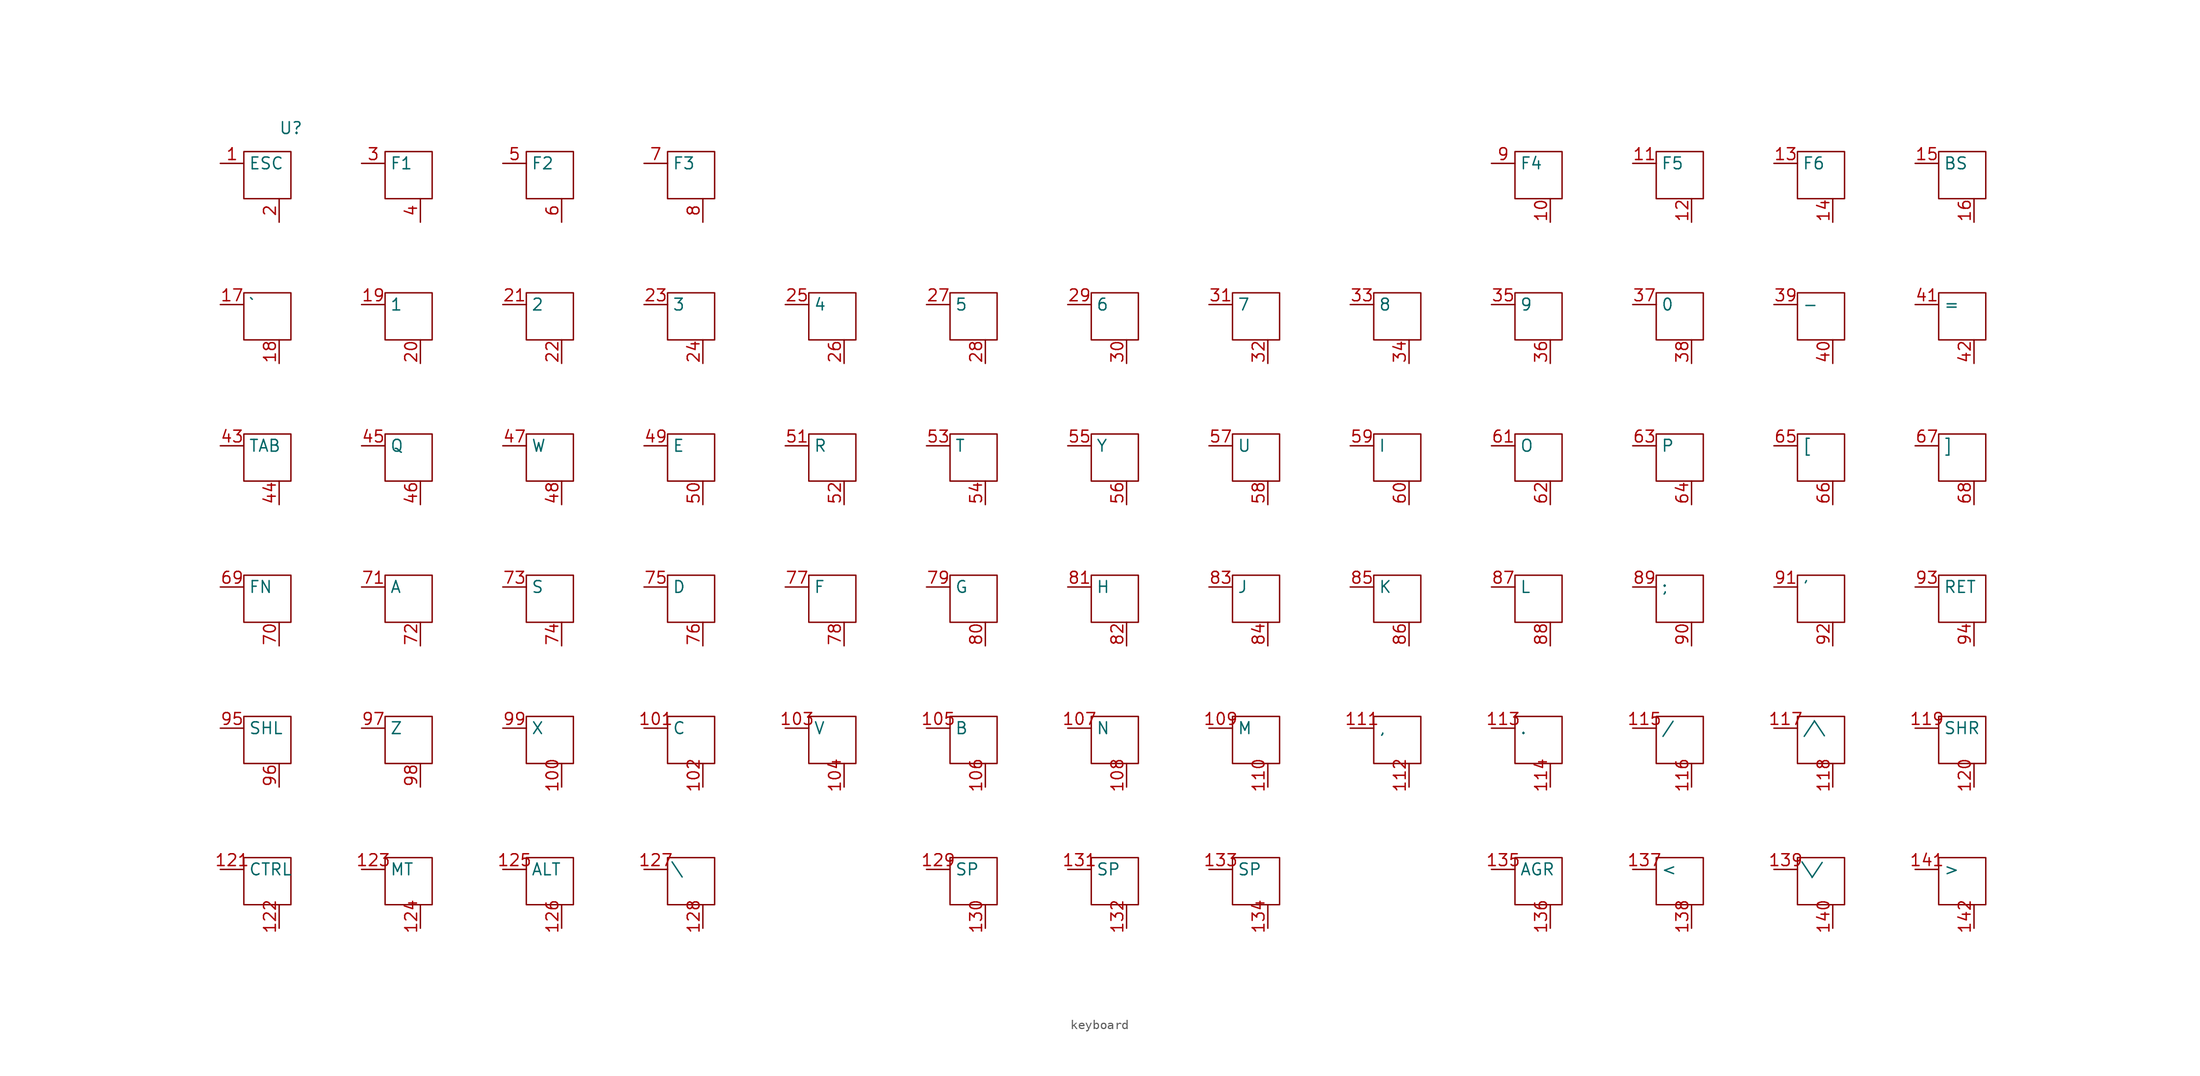
<source format=kicad_sym>
(kicad_symbol_lib
  (version 20231120)
  (generator "kicad_symbol_editor")
  (generator_version "8.0")
  (symbol "keyboard"
    (property "Reference" "U"
      (at 2.54 5.08 0)
      (effects (font (size 1.27 1.27))))
    (property "Value" ""
      (at 2.54 5.08 0)
      (effects (font (size 1.27 1.27))))
    (symbol "keyboard_0_1"
      (rectangle (start -2.54 -73.66) (end 2.54 -78.74) (stroke (width 0) (type default)) (fill (type none)))
      (rectangle (start -2.54 -58.42) (end 2.54 -63.5) (stroke (width 0) (type default)) (fill (type none)))
      (rectangle (start -2.54 -43.18) (end 2.54 -48.26) (stroke (width 0) (type default)) (fill (type none)))
      (rectangle (start -2.54 -27.94) (end 2.54 -33.02) (stroke (width 0) (type default)) (fill (type none)))
      (rectangle (start -2.54 -12.7) (end 2.54 -17.78) (stroke (width 0) (type default)) (fill (type none)))
      (rectangle (start -2.54 2.54) (end 2.54 -2.54) (stroke (width 0) (type default)) (fill (type none)))
      (rectangle (start 12.7 -73.66) (end 17.78 -78.74) (stroke (width 0) (type default)) (fill (type none)))
      (rectangle (start 12.7 -58.42) (end 17.78 -63.5) (stroke (width 0) (type default)) (fill (type none)))
      (rectangle (start 12.7 -43.18) (end 17.78 -48.26) (stroke (width 0) (type default)) (fill (type none)))
      (rectangle (start 12.7 -27.94) (end 17.78 -33.02) (stroke (width 0) (type default)) (fill (type none)))
      (rectangle (start 12.7 -12.7) (end 17.78 -17.78) (stroke (width 0) (type default)) (fill (type none)))
      (rectangle (start 12.7 2.54) (end 17.78 -2.54) (stroke (width 0) (type default)) (fill (type none)))
      (rectangle (start 27.94 -73.66) (end 33.02 -78.74) (stroke (width 0) (type default)) (fill (type none)))
      (rectangle (start 27.94 -58.42) (end 33.02 -63.5) (stroke (width 0) (type default)) (fill (type none)))
      (rectangle (start 27.94 -43.18) (end 33.02 -48.26) (stroke (width 0) (type default)) (fill (type none)))
      (rectangle (start 27.94 -27.94) (end 33.02 -33.02) (stroke (width 0) (type default)) (fill (type none)))
      (rectangle (start 27.94 -12.7) (end 33.02 -17.78) (stroke (width 0) (type default)) (fill (type none)))
      (rectangle (start 27.94 2.54) (end 33.02 -2.54) (stroke (width 0) (type default)) (fill (type none)))
      (rectangle (start 43.18 -73.66) (end 48.26 -78.74) (stroke (width 0) (type default)) (fill (type none)))
      (rectangle (start 43.18 -58.42) (end 48.26 -63.5) (stroke (width 0) (type default)) (fill (type none)))
      (rectangle (start 43.18 -43.18) (end 48.26 -48.26) (stroke (width 0) (type default)) (fill (type none)))
      (rectangle (start 43.18 -27.94) (end 48.26 -33.02) (stroke (width 0) (type default)) (fill (type none)))
      (rectangle (start 43.18 -12.7) (end 48.26 -17.78) (stroke (width 0) (type default)) (fill (type none)))
      (rectangle (start 43.18 2.54) (end 48.26 -2.54) (stroke (width 0) (type default)) (fill (type none)))
      (rectangle (start 58.42 -58.42) (end 63.5 -63.5) (stroke (width 0) (type default)) (fill (type none)))
      (rectangle (start 58.42 -43.18) (end 63.5 -48.26) (stroke (width 0) (type default)) (fill (type none)))
      (rectangle (start 58.42 -27.94) (end 63.5 -33.02) (stroke (width 0) (type default)) (fill (type none)))
      (rectangle (start 58.42 -12.7) (end 63.5 -17.78) (stroke (width 0) (type default)) (fill (type none)))
      (rectangle (start 73.66 -73.66) (end 78.74 -78.74) (stroke (width 0) (type default)) (fill (type none)))
      (rectangle (start 73.66 -58.42) (end 78.74 -63.5) (stroke (width 0) (type default)) (fill (type none)))
      (rectangle (start 73.66 -43.18) (end 78.74 -48.26) (stroke (width 0) (type default)) (fill (type none)))
      (rectangle (start 73.66 -27.94) (end 78.74 -33.02) (stroke (width 0) (type default)) (fill (type none)))
      (rectangle (start 73.66 -12.7) (end 78.74 -17.78) (stroke (width 0) (type default)) (fill (type none)))
      (rectangle (start 88.9 -73.66) (end 93.98 -78.74) (stroke (width 0) (type default)) (fill (type none)))
      (rectangle (start 88.9 -58.42) (end 93.98 -63.5) (stroke (width 0) (type default)) (fill (type none)))
      (rectangle (start 88.9 -43.18) (end 93.98 -48.26) (stroke (width 0) (type default)) (fill (type none)))
      (rectangle (start 88.9 -27.94) (end 93.98 -33.02) (stroke (width 0) (type default)) (fill (type none)))
      (rectangle (start 88.9 -12.7) (end 93.98 -17.78) (stroke (width 0) (type default)) (fill (type none)))
      (rectangle (start 104.14 -73.66) (end 109.22 -78.74) (stroke (width 0) (type default)) (fill (type none)))
      (rectangle (start 104.14 -58.42) (end 109.22 -63.5) (stroke (width 0) (type default)) (fill (type none)))
      (rectangle (start 104.14 -43.18) (end 109.22 -48.26) (stroke (width 0) (type default)) (fill (type none)))
      (rectangle (start 104.14 -27.94) (end 109.22 -33.02) (stroke (width 0) (type default)) (fill (type none)))
      (rectangle (start 104.14 -12.7) (end 109.22 -17.78) (stroke (width 0) (type default)) (fill (type none)))
      (rectangle (start 119.38 -58.42) (end 124.46 -63.5) (stroke (width 0) (type default)) (fill (type none)))
      (rectangle (start 119.38 -43.18) (end 124.46 -48.26) (stroke (width 0) (type default)) (fill (type none)))
      (rectangle (start 119.38 -27.94) (end 124.46 -33.02) (stroke (width 0) (type default)) (fill (type none)))
      (rectangle (start 119.38 -12.7) (end 124.46 -17.78) (stroke (width 0) (type default)) (fill (type none)))
      (rectangle (start 134.62 -73.66) (end 139.7 -78.74) (stroke (width 0) (type default)) (fill (type none)))
      (rectangle (start 134.62 -58.42) (end 139.7 -63.5) (stroke (width 0) (type default)) (fill (type none)))
      (rectangle (start 134.62 -43.18) (end 139.7 -48.26) (stroke (width 0) (type default)) (fill (type none)))
      (rectangle (start 134.62 -27.94) (end 139.7 -33.02) (stroke (width 0) (type default)) (fill (type none)))
      (rectangle (start 134.62 -12.7) (end 139.7 -17.78) (stroke (width 0) (type default)) (fill (type none)))
      (rectangle (start 134.62 2.54) (end 139.7 -2.54) (stroke (width 0) (type default)) (fill (type none)))
      (rectangle (start 149.86 -73.66) (end 154.94 -78.74) (stroke (width 0) (type default)) (fill (type none)))
      (rectangle (start 149.86 -58.42) (end 154.94 -63.5) (stroke (width 0) (type default)) (fill (type none)))
      (rectangle (start 149.86 -43.18) (end 154.94 -48.26) (stroke (width 0) (type default)) (fill (type none)))
      (rectangle (start 149.86 -27.94) (end 154.94 -33.02) (stroke (width 0) (type default)) (fill (type none)))
      (rectangle (start 149.86 -12.7) (end 154.94 -17.78) (stroke (width 0) (type default)) (fill (type none)))
      (rectangle (start 149.86 2.54) (end 154.94 -2.54) (stroke (width 0) (type default)) (fill (type none)))
      (rectangle (start 165.1 -73.66) (end 170.18 -78.74) (stroke (width 0) (type default)) (fill (type none)))
      (rectangle (start 165.1 -58.42) (end 170.18 -63.5) (stroke (width 0) (type default)) (fill (type none)))
      (rectangle (start 165.1 -43.18) (end 170.18 -48.26) (stroke (width 0) (type default)) (fill (type none)))
      (rectangle (start 165.1 -27.94) (end 170.18 -33.02) (stroke (width 0) (type default)) (fill (type none)))
      (rectangle (start 165.1 -12.7) (end 170.18 -17.78) (stroke (width 0) (type default)) (fill (type none)))
      (rectangle (start 165.1 2.54) (end 170.18 -2.54) (stroke (width 0) (type default)) (fill (type none)))
      (rectangle (start 180.34 -73.66) (end 185.42 -78.74) (stroke (width 0) (type default)) (fill (type none)))
      (rectangle (start 180.34 -58.42) (end 185.42 -63.5) (stroke (width 0) (type default)) (fill (type none)))
      (rectangle (start 180.34 -43.18) (end 185.42 -48.26) (stroke (width 0) (type default)) (fill (type none)))
      (rectangle (start 180.34 -27.94) (end 185.42 -33.02) (stroke (width 0) (type default)) (fill (type none)))
      (rectangle (start 180.34 -12.7) (end 185.42 -17.78) (stroke (width 0) (type default)) (fill (type none)))
      (rectangle (start 180.34 2.54) (end 185.42 -2.54) (stroke (width 0) (type default)) (fill (type none))))
    (symbol "keyboard_1_1"
      (pin passive line (at -5.08 1.27 0) (length 2.54) (name "ESC" (effects (font (size 1.27 1.27)))) (number "1" (effects (font (size 1.27 1.27)))))
      (pin passive line (at 138.43 -5.08 90) (length 2.54) (name "" (effects (font (size 1.27 1.27)))) (number "10" (effects (font (size 1.27 1.27)))))
      (pin passive line (at 31.75 -66.04 90) (length 2.54) (name "" (effects (font (size 1.27 1.27)))) (number "100" (effects (font (size 1.27 1.27)))))
      (pin passive line (at 40.64 -59.69 0) (length 2.54) (name "C" (effects (font (size 1.27 1.27)))) (number "101" (effects (font (size 1.27 1.27)))))
      (pin passive line (at 46.99 -66.04 90) (length 2.54) (name "" (effects (font (size 1.27 1.27)))) (number "102" (effects (font (size 1.27 1.27)))))
      (pin passive line (at 55.88 -59.69 0) (length 2.54) (name "V" (effects (font (size 1.27 1.27)))) (number "103" (effects (font (size 1.27 1.27)))))
      (pin passive line (at 62.23 -66.04 90) (length 2.54) (name "" (effects (font (size 1.27 1.27)))) (number "104" (effects (font (size 1.27 1.27)))))
      (pin tri_state line (at 71.12 -59.69 0) (length 2.54) (name "B" (effects (font (size 1.27 1.27)))) (number "105" (effects (font (size 1.27 1.27)))))
      (pin passive line (at 77.47 -66.04 90) (length 2.54) (name "" (effects (font (size 1.27 1.27)))) (number "106" (effects (font (size 1.27 1.27)))))
      (pin passive line (at 86.36 -59.69 0) (length 2.54) (name "N" (effects (font (size 1.27 1.27)))) (number "107" (effects (font (size 1.27 1.27)))))
      (pin passive line (at 92.71 -66.04 90) (length 2.54) (name "" (effects (font (size 1.27 1.27)))) (number "108" (effects (font (size 1.27 1.27)))))
      (pin passive line (at 101.6 -59.69 0) (length 2.54) (name "M" (effects (font (size 1.27 1.27)))) (number "109" (effects (font (size 1.27 1.27)))))
      (pin passive line (at 147.32 1.27 0) (length 2.54) (name "F5" (effects (font (size 1.27 1.27)))) (number "11" (effects (font (size 1.27 1.27)))))
      (pin passive line (at 107.95 -66.04 90) (length 2.54) (name "" (effects (font (size 1.27 1.27)))) (number "110" (effects (font (size 1.27 1.27)))))
      (pin passive line (at 116.84 -59.69 0) (length 2.54) (name "," (effects (font (size 1.27 1.27)))) (number "111" (effects (font (size 1.27 1.27)))))
      (pin passive line (at 123.19 -66.04 90) (length 2.54) (name "" (effects (font (size 1.27 1.27)))) (number "112" (effects (font (size 1.27 1.27)))))
      (pin passive line (at 132.08 -59.69 0) (length 2.54) (name "." (effects (font (size 1.27 1.27)))) (number "113" (effects (font (size 1.27 1.27)))))
      (pin passive line (at 138.43 -66.04 90) (length 2.54) (name "" (effects (font (size 1.27 1.27)))) (number "114" (effects (font (size 1.27 1.27)))))
      (pin passive line (at 147.32 -59.69 0) (length 2.54) (name "/" (effects (font (size 1.27 1.27)))) (number "115" (effects (font (size 1.27 1.27)))))
      (pin passive line (at 153.67 -66.04 90) (length 2.54) (name "" (effects (font (size 1.27 1.27)))) (number "116" (effects (font (size 1.27 1.27)))))
      (pin passive line (at 162.56 -59.69 0) (length 2.54) (name "/\\" (effects (font (size 1.27 1.27)))) (number "117" (effects (font (size 1.27 1.27)))))
      (pin passive line (at 168.91 -66.04 90) (length 2.54) (name "" (effects (font (size 1.27 1.27)))) (number "118" (effects (font (size 1.27 1.27)))))
      (pin passive line (at 177.8 -59.69 0) (length 2.54) (name "SHR" (effects (font (size 1.27 1.27)))) (number "119" (effects (font (size 1.27 1.27)))))
      (pin passive line (at 153.67 -5.08 90) (length 2.54) (name "" (effects (font (size 1.27 1.27)))) (number "12" (effects (font (size 1.27 1.27)))))
      (pin passive line (at 184.15 -66.04 90) (length 2.54) (name "" (effects (font (size 1.27 1.27)))) (number "120" (effects (font (size 1.27 1.27)))))
      (pin passive line (at -5.08 -74.93 0) (length 2.54) (name "CTRL" (effects (font (size 1.27 1.27)))) (number "121" (effects (font (size 1.27 1.27)))))
      (pin passive line (at 1.27 -81.28 90) (length 2.54) (name "" (effects (font (size 1.27 1.27)))) (number "122" (effects (font (size 1.27 1.27)))))
      (pin passive line (at 10.16 -74.93 0) (length 2.54) (name "MT" (effects (font (size 1.27 1.27)))) (number "123" (effects (font (size 1.27 1.27)))))
      (pin passive line (at 16.51 -81.28 90) (length 2.54) (name "" (effects (font (size 1.27 1.27)))) (number "124" (effects (font (size 1.27 1.27)))))
      (pin passive line (at 25.4 -74.93 0) (length 2.54) (name "ALT" (effects (font (size 1.27 1.27)))) (number "125" (effects (font (size 1.27 1.27)))))
      (pin passive line (at 31.75 -81.28 90) (length 2.54) (name "" (effects (font (size 1.27 1.27)))) (number "126" (effects (font (size 1.27 1.27)))))
      (pin passive line (at 40.64 -74.93 0) (length 2.54) (name "\\" (effects (font (size 1.27 1.27)))) (number "127" (effects (font (size 1.27 1.27)))))
      (pin passive line (at 46.99 -81.28 90) (length 2.54) (name "" (effects (font (size 1.27 1.27)))) (number "128" (effects (font (size 1.27 1.27)))))
      (pin passive line (at 71.12 -74.93 0) (length 2.54) (name "SP" (effects (font (size 1.27 1.27)))) (number "129" (effects (font (size 1.27 1.27)))))
      (pin passive line (at 162.56 1.27 0) (length 2.54) (name "F6" (effects (font (size 1.27 1.27)))) (number "13" (effects (font (size 1.27 1.27)))))
      (pin passive line (at 77.47 -81.28 90) (length 2.54) (name "" (effects (font (size 1.27 1.27)))) (number "130" (effects (font (size 1.27 1.27)))))
      (pin passive line (at 86.36 -74.93 0) (length 2.54) (name "SP" (effects (font (size 1.27 1.27)))) (number "131" (effects (font (size 1.27 1.27)))))
      (pin passive line (at 92.71 -81.28 90) (length 2.54) (name "" (effects (font (size 1.27 1.27)))) (number "132" (effects (font (size 1.27 1.27)))))
      (pin passive line (at 101.6 -74.93 0) (length 2.54) (name "SP" (effects (font (size 1.27 1.27)))) (number "133" (effects (font (size 1.27 1.27)))))
      (pin passive line (at 107.95 -81.28 90) (length 2.54) (name "" (effects (font (size 1.27 1.27)))) (number "134" (effects (font (size 1.27 1.27)))))
      (pin passive line (at 132.08 -74.93 0) (length 2.54) (name "AGR" (effects (font (size 1.27 1.27)))) (number "135" (effects (font (size 1.27 1.27)))))
      (pin passive line (at 138.43 -81.28 90) (length 2.54) (name "" (effects (font (size 1.27 1.27)))) (number "136" (effects (font (size 1.27 1.27)))))
      (pin passive line (at 147.32 -74.93 0) (length 2.54) (name "<" (effects (font (size 1.27 1.27)))) (number "137" (effects (font (size 1.27 1.27)))))
      (pin passive line (at 153.67 -81.28 90) (length 2.54) (name "" (effects (font (size 1.27 1.27)))) (number "138" (effects (font (size 1.27 1.27)))))
      (pin passive line (at 162.56 -74.93 0) (length 2.54) (name "\\/" (effects (font (size 1.27 1.27)))) (number "139" (effects (font (size 1.27 1.27)))))
      (pin passive line (at 168.91 -5.08 90) (length 2.54) (name "" (effects (font (size 1.27 1.27)))) (number "14" (effects (font (size 1.27 1.27)))))
      (pin passive line (at 168.91 -81.28 90) (length 2.54) (name "" (effects (font (size 1.27 1.27)))) (number "140" (effects (font (size 1.27 1.27)))))
      (pin passive line (at 177.8 -74.93 0) (length 2.54) (name ">" (effects (font (size 1.27 1.27)))) (number "141" (effects (font (size 1.27 1.27)))))
      (pin passive line (at 184.15 -81.28 90) (length 2.54) (name "" (effects (font (size 1.27 1.27)))) (number "142" (effects (font (size 1.27 1.27)))))
      (pin passive line (at 177.8 1.27 0) (length 2.54) (name "BS" (effects (font (size 1.27 1.27)))) (number "15" (effects (font (size 1.27 1.27)))))
      (pin passive line (at 184.15 -5.08 90) (length 2.54) (name "" (effects (font (size 1.27 1.27)))) (number "16" (effects (font (size 1.27 1.27)))))
      (pin passive line (at -5.08 -13.97 0) (length 2.54) (name "`" (effects (font (size 1.27 1.27)))) (number "17" (effects (font (size 1.27 1.27)))))
      (pin passive line (at 1.27 -20.32 90) (length 2.54) (name "" (effects (font (size 1.27 1.27)))) (number "18" (effects (font (size 1.27 1.27)))))
      (pin passive line (at 10.16 -13.97 0) (length 2.54) (name "1" (effects (font (size 1.27 1.27)))) (number "19" (effects (font (size 1.27 1.27)))))
      (pin passive line (at 1.27 -5.08 90) (length 2.54) (name "" (effects (font (size 1.27 1.27)))) (number "2" (effects (font (size 1.27 1.27)))))
      (pin passive line (at 16.51 -20.32 90) (length 2.54) (name "" (effects (font (size 1.27 1.27)))) (number "20" (effects (font (size 1.27 1.27)))))
      (pin passive line (at 25.4 -13.97 0) (length 2.54) (name "2" (effects (font (size 1.27 1.27)))) (number "21" (effects (font (size 1.27 1.27)))))
      (pin passive line (at 31.75 -20.32 90) (length 2.54) (name "" (effects (font (size 1.27 1.27)))) (number "22" (effects (font (size 1.27 1.27)))))
      (pin passive line (at 40.64 -13.97 0) (length 2.54) (name "3" (effects (font (size 1.27 1.27)))) (number "23" (effects (font (size 1.27 1.27)))))
      (pin passive line (at 46.99 -20.32 90) (length 2.54) (name "" (effects (font (size 1.27 1.27)))) (number "24" (effects (font (size 1.27 1.27)))))
      (pin passive line (at 55.88 -13.97 0) (length 2.54) (name "4" (effects (font (size 1.27 1.27)))) (number "25" (effects (font (size 1.27 1.27)))))
      (pin passive line (at 62.23 -20.32 90) (length 2.54) (name "" (effects (font (size 1.27 1.27)))) (number "26" (effects (font (size 1.27 1.27)))))
      (pin passive line (at 71.12 -13.97 0) (length 2.54) (name "5" (effects (font (size 1.27 1.27)))) (number "27" (effects (font (size 1.27 1.27)))))
      (pin passive line (at 77.47 -20.32 90) (length 2.54) (name "" (effects (font (size 1.27 1.27)))) (number "28" (effects (font (size 1.27 1.27)))))
      (pin passive line (at 86.36 -13.97 0) (length 2.54) (name "6" (effects (font (size 1.27 1.27)))) (number "29" (effects (font (size 1.27 1.27)))))
      (pin passive line (at 10.16 1.27 0) (length 2.54) (name "F1" (effects (font (size 1.27 1.27)))) (number "3" (effects (font (size 1.27 1.27)))))
      (pin passive line (at 92.71 -20.32 90) (length 2.54) (name "" (effects (font (size 1.27 1.27)))) (number "30" (effects (font (size 1.27 1.27)))))
      (pin passive line (at 101.6 -13.97 0) (length 2.54) (name "7" (effects (font (size 1.27 1.27)))) (number "31" (effects (font (size 1.27 1.27)))))
      (pin passive line (at 107.95 -20.32 90) (length 2.54) (name "" (effects (font (size 1.27 1.27)))) (number "32" (effects (font (size 1.27 1.27)))))
      (pin passive line (at 116.84 -13.97 0) (length 2.54) (name "8" (effects (font (size 1.27 1.27)))) (number "33" (effects (font (size 1.27 1.27)))))
      (pin passive line (at 123.19 -20.32 90) (length 2.54) (name "" (effects (font (size 1.27 1.27)))) (number "34" (effects (font (size 1.27 1.27)))))
      (pin passive line (at 132.08 -13.97 0) (length 2.54) (name "9" (effects (font (size 1.27 1.27)))) (number "35" (effects (font (size 1.27 1.27)))))
      (pin passive line (at 138.43 -20.32 90) (length 2.54) (name "" (effects (font (size 1.27 1.27)))) (number "36" (effects (font (size 1.27 1.27)))))
      (pin passive line (at 147.32 -13.97 0) (length 2.54) (name "0" (effects (font (size 1.27 1.27)))) (number "37" (effects (font (size 1.27 1.27)))))
      (pin passive line (at 153.67 -20.32 90) (length 2.54) (name "" (effects (font (size 1.27 1.27)))) (number "38" (effects (font (size 1.27 1.27)))))
      (pin passive line (at 162.56 -13.97 0) (length 2.54) (name "-" (effects (font (size 1.27 1.27)))) (number "39" (effects (font (size 1.27 1.27)))))
      (pin passive line (at 16.51 -5.08 90) (length 2.54) (name "" (effects (font (size 1.27 1.27)))) (number "4" (effects (font (size 1.27 1.27)))))
      (pin passive line (at 168.91 -20.32 90) (length 2.54) (name "" (effects (font (size 1.27 1.27)))) (number "40" (effects (font (size 1.27 1.27)))))
      (pin passive line (at 177.8 -13.97 0) (length 2.54) (name "=" (effects (font (size 1.27 1.27)))) (number "41" (effects (font (size 1.27 1.27)))))
      (pin passive line (at 184.15 -20.32 90) (length 2.54) (name "" (effects (font (size 1.27 1.27)))) (number "42" (effects (font (size 1.27 1.27)))))
      (pin passive line (at -5.08 -29.21 0) (length 2.54) (name "TAB" (effects (font (size 1.27 1.27)))) (number "43" (effects (font (size 1.27 1.27)))))
      (pin passive line (at 1.27 -35.56 90) (length 2.54) (name "" (effects (font (size 1.27 1.27)))) (number "44" (effects (font (size 1.27 1.27)))))
      (pin passive line (at 10.16 -29.21 0) (length 2.54) (name "Q" (effects (font (size 1.27 1.27)))) (number "45" (effects (font (size 1.27 1.27)))))
      (pin passive line (at 16.51 -35.56 90) (length 2.54) (name "" (effects (font (size 1.27 1.27)))) (number "46" (effects (font (size 1.27 1.27)))))
      (pin passive line (at 25.4 -29.21 0) (length 2.54) (name "W" (effects (font (size 1.27 1.27)))) (number "47" (effects (font (size 1.27 1.27)))))
      (pin passive line (at 31.75 -35.56 90) (length 2.54) (name "" (effects (font (size 1.27 1.27)))) (number "48" (effects (font (size 1.27 1.27)))))
      (pin passive line (at 40.64 -29.21 0) (length 2.54) (name "E" (effects (font (size 1.27 1.27)))) (number "49" (effects (font (size 1.27 1.27)))))
      (pin passive line (at 25.4 1.27 0) (length 2.54) (name "F2" (effects (font (size 1.27 1.27)))) (number "5" (effects (font (size 1.27 1.27)))))
      (pin passive line (at 46.99 -35.56 90) (length 2.54) (name "" (effects (font (size 1.27 1.27)))) (number "50" (effects (font (size 1.27 1.27)))))
      (pin passive line (at 55.88 -29.21 0) (length 2.54) (name "R" (effects (font (size 1.27 1.27)))) (number "51" (effects (font (size 1.27 1.27)))))
      (pin passive line (at 62.23 -35.56 90) (length 2.54) (name "" (effects (font (size 1.27 1.27)))) (number "52" (effects (font (size 1.27 1.27)))))
      (pin passive line (at 71.12 -29.21 0) (length 2.54) (name "T" (effects (font (size 1.27 1.27)))) (number "53" (effects (font (size 1.27 1.27)))))
      (pin passive line (at 77.47 -35.56 90) (length 2.54) (name "" (effects (font (size 1.27 1.27)))) (number "54" (effects (font (size 1.27 1.27)))))
      (pin passive line (at 86.36 -29.21 0) (length 2.54) (name "Y" (effects (font (size 1.27 1.27)))) (number "55" (effects (font (size 1.27 1.27)))))
      (pin passive line (at 92.71 -35.56 90) (length 2.54) (name "" (effects (font (size 1.27 1.27)))) (number "56" (effects (font (size 1.27 1.27)))))
      (pin passive line (at 101.6 -29.21 0) (length 2.54) (name "U" (effects (font (size 1.27 1.27)))) (number "57" (effects (font (size 1.27 1.27)))))
      (pin passive line (at 107.95 -35.56 90) (length 2.54) (name "" (effects (font (size 1.27 1.27)))) (number "58" (effects (font (size 1.27 1.27)))))
      (pin passive line (at 116.84 -29.21 0) (length 2.54) (name "I" (effects (font (size 1.27 1.27)))) (number "59" (effects (font (size 1.27 1.27)))))
      (pin passive line (at 31.75 -5.08 90) (length 2.54) (name "" (effects (font (size 1.27 1.27)))) (number "6" (effects (font (size 1.27 1.27)))))
      (pin passive line (at 123.19 -35.56 90) (length 2.54) (name "" (effects (font (size 1.27 1.27)))) (number "60" (effects (font (size 1.27 1.27)))))
      (pin passive line (at 132.08 -29.21 0) (length 2.54) (name "O" (effects (font (size 1.27 1.27)))) (number "61" (effects (font (size 1.27 1.27)))))
      (pin passive line (at 138.43 -35.56 90) (length 2.54) (name "" (effects (font (size 1.27 1.27)))) (number "62" (effects (font (size 1.27 1.27)))))
      (pin passive line (at 147.32 -29.21 0) (length 2.54) (name "P" (effects (font (size 1.27 1.27)))) (number "63" (effects (font (size 1.27 1.27)))))
      (pin passive line (at 153.67 -35.56 90) (length 2.54) (name "" (effects (font (size 1.27 1.27)))) (number "64" (effects (font (size 1.27 1.27)))))
      (pin passive line (at 162.56 -29.21 0) (length 2.54) (name "[" (effects (font (size 1.27 1.27)))) (number "65" (effects (font (size 1.27 1.27)))))
      (pin passive line (at 168.91 -35.56 90) (length 2.54) (name "" (effects (font (size 1.27 1.27)))) (number "66" (effects (font (size 1.27 1.27)))))
      (pin passive line (at 177.8 -29.21 0) (length 2.54) (name "]" (effects (font (size 1.27 1.27)))) (number "67" (effects (font (size 1.27 1.27)))))
      (pin passive line (at 184.15 -35.56 90) (length 2.54) (name "" (effects (font (size 1.27 1.27)))) (number "68" (effects (font (size 1.27 1.27)))))
      (pin passive line (at -5.08 -44.45 0) (length 2.54) (name "FN" (effects (font (size 1.27 1.27)))) (number "69" (effects (font (size 1.27 1.27)))))
      (pin passive line (at 40.64 1.27 0) (length 2.54) (name "F3" (effects (font (size 1.27 1.27)))) (number "7" (effects (font (size 1.27 1.27)))))
      (pin passive line (at 1.27 -50.8 90) (length 2.54) (name "" (effects (font (size 1.27 1.27)))) (number "70" (effects (font (size 1.27 1.27)))))
      (pin passive line (at 10.16 -44.45 0) (length 2.54) (name "A" (effects (font (size 1.27 1.27)))) (number "71" (effects (font (size 1.27 1.27)))))
      (pin passive line (at 16.51 -50.8 90) (length 2.54) (name "" (effects (font (size 1.27 1.27)))) (number "72" (effects (font (size 1.27 1.27)))))
      (pin passive line (at 25.4 -44.45 0) (length 2.54) (name "S" (effects (font (size 1.27 1.27)))) (number "73" (effects (font (size 1.27 1.27)))))
      (pin passive line (at 31.75 -50.8 90) (length 2.54) (name "" (effects (font (size 1.27 1.27)))) (number "74" (effects (font (size 1.27 1.27)))))
      (pin passive line (at 40.64 -44.45 0) (length 2.54) (name "D" (effects (font (size 1.27 1.27)))) (number "75" (effects (font (size 1.27 1.27)))))
      (pin passive line (at 46.99 -50.8 90) (length 2.54) (name "" (effects (font (size 1.27 1.27)))) (number "76" (effects (font (size 1.27 1.27)))))
      (pin passive line (at 55.88 -44.45 0) (length 2.54) (name "F" (effects (font (size 1.27 1.27)))) (number "77" (effects (font (size 1.27 1.27)))))
      (pin passive line (at 62.23 -50.8 90) (length 2.54) (name "" (effects (font (size 1.27 1.27)))) (number "78" (effects (font (size 1.27 1.27)))))
      (pin passive line (at 71.12 -44.45 0) (length 2.54) (name "G" (effects (font (size 1.27 1.27)))) (number "79" (effects (font (size 1.27 1.27)))))
      (pin passive line (at 46.99 -5.08 90) (length 2.54) (name "" (effects (font (size 1.27 1.27)))) (number "8" (effects (font (size 1.27 1.27)))))
      (pin passive line (at 77.47 -50.8 90) (length 2.54) (name "" (effects (font (size 1.27 1.27)))) (number "80" (effects (font (size 1.27 1.27)))))
      (pin passive line (at 86.36 -44.45 0) (length 2.54) (name "H" (effects (font (size 1.27 1.27)))) (number "81" (effects (font (size 1.27 1.27)))))
      (pin passive line (at 92.71 -50.8 90) (length 2.54) (name "" (effects (font (size 1.27 1.27)))) (number "82" (effects (font (size 1.27 1.27)))))
      (pin passive line (at 101.6 -44.45 0) (length 2.54) (name "J" (effects (font (size 1.27 1.27)))) (number "83" (effects (font (size 1.27 1.27)))))
      (pin passive line (at 107.95 -50.8 90) (length 2.54) (name "" (effects (font (size 1.27 1.27)))) (number "84" (effects (font (size 1.27 1.27)))))
      (pin passive line (at 116.84 -44.45 0) (length 2.54) (name "K" (effects (font (size 1.27 1.27)))) (number "85" (effects (font (size 1.27 1.27)))))
      (pin passive line (at 123.19 -50.8 90) (length 2.54) (name "" (effects (font (size 1.27 1.27)))) (number "86" (effects (font (size 1.27 1.27)))))
      (pin passive line (at 132.08 -44.45 0) (length 2.54) (name "L" (effects (font (size 1.27 1.27)))) (number "87" (effects (font (size 1.27 1.27)))))
      (pin passive line (at 138.43 -50.8 90) (length 2.54) (name "" (effects (font (size 1.27 1.27)))) (number "88" (effects (font (size 1.27 1.27)))))
      (pin passive line (at 147.32 -44.45 0) (length 2.54) (name ";" (effects (font (size 1.27 1.27)))) (number "89" (effects (font (size 1.27 1.27)))))
      (pin passive line (at 132.08 1.27 0) (length 2.54) (name "F4" (effects (font (size 1.27 1.27)))) (number "9" (effects (font (size 1.27 1.27)))))
      (pin passive line (at 153.67 -50.8 90) (length 2.54) (name "" (effects (font (size 1.27 1.27)))) (number "90" (effects (font (size 1.27 1.27)))))
      (pin passive line (at 162.56 -44.45 0) (length 2.54) (name "'" (effects (font (size 1.27 1.27)))) (number "91" (effects (font (size 1.27 1.27)))))
      (pin passive line (at 168.91 -50.8 90) (length 2.54) (name "" (effects (font (size 1.27 1.27)))) (number "92" (effects (font (size 1.27 1.27)))))
      (pin passive line (at 177.8 -44.45 0) (length 2.54) (name "RET" (effects (font (size 1.27 1.27)))) (number "93" (effects (font (size 1.27 1.27)))))
      (pin passive line (at 184.15 -50.8 90) (length 2.54) (name "" (effects (font (size 1.27 1.27)))) (number "94" (effects (font (size 1.27 1.27)))))
      (pin passive line (at -5.08 -59.69 0) (length 2.54) (name "SHL" (effects (font (size 1.27 1.27)))) (number "95" (effects (font (size 1.27 1.27)))))
      (pin passive line (at 1.27 -66.04 90) (length 2.54) (name "" (effects (font (size 1.27 1.27)))) (number "96" (effects (font (size 1.27 1.27)))))
      (pin passive line (at 10.16 -59.69 0) (length 2.54) (name "Z" (effects (font (size 1.27 1.27)))) (number "97" (effects (font (size 1.27 1.27)))))
      (pin passive line (at 16.51 -66.04 90) (length 2.54) (name "" (effects (font (size 1.27 1.27)))) (number "98" (effects (font (size 1.27 1.27)))))
      (pin passive line (at 25.4 -59.69 0) (length 2.54) (name "X" (effects (font (size 1.27 1.27)))) (number "99" (effects (font (size 1.27 1.27))))))))
</source>
